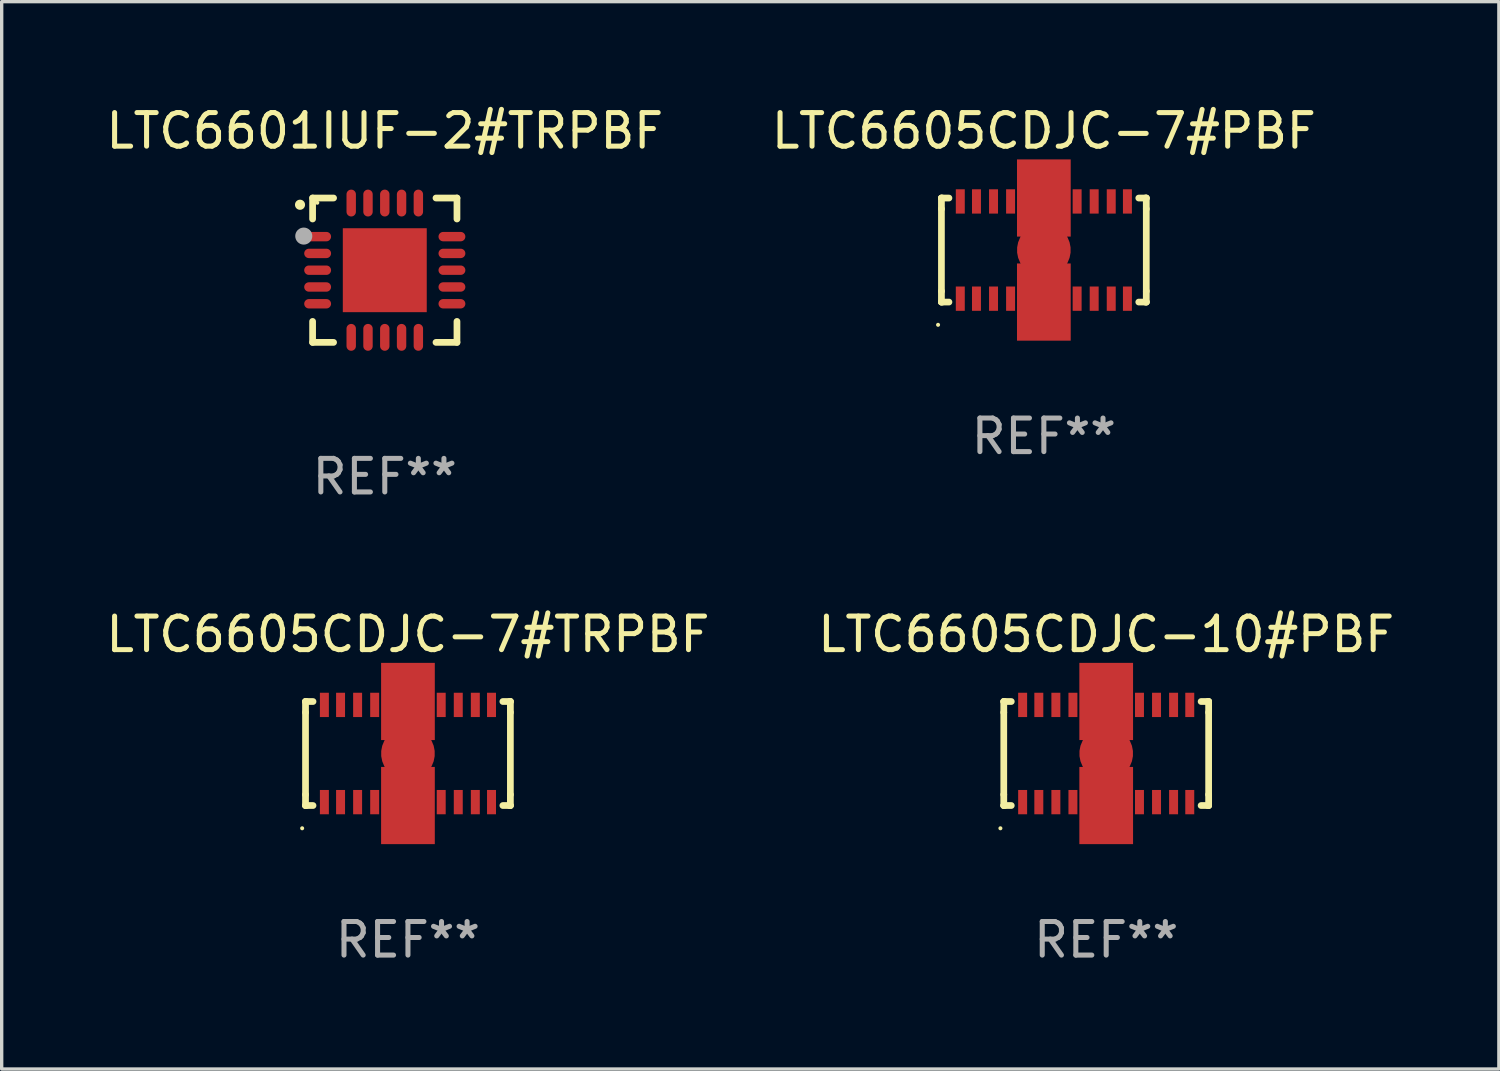
<source format=kicad_pcb>
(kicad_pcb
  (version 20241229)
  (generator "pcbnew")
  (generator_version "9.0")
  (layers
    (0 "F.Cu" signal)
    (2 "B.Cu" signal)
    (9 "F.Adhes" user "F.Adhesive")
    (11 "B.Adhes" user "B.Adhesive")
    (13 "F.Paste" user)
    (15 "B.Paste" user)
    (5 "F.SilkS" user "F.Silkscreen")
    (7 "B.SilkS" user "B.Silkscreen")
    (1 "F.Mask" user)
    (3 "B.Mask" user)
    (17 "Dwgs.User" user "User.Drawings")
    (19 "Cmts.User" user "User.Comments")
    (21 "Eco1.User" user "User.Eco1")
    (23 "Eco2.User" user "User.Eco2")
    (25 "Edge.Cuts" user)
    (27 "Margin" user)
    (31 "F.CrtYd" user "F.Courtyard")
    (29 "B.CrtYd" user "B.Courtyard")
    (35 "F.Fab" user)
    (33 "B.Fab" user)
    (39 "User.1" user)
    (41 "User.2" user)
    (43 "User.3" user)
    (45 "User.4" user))
  (footprint "LTC6605CDJC-7#PBF"
    (layer "F.Cu")
    (at 28.042 4.398)
    (property "Reference" "LTC6605CDJC-7#PBF" (at 0 -3.549 0) (layer "F.SilkS") (effects (font (size 1 1) (thickness 0.15))))
    (attr through_hole)
    (fp_line (start -3.051 -1.549) (end -3.025 -1.549) (stroke (width 0.201) (type solid)) (layer "F.SilkS"))
    (fp_line (start -3.051 -1.224) (end -3.051 -1.549) (stroke (width 0.201) (type solid)) (layer "F.SilkS"))
    (fp_line (start -3.051 1.224) (end -3.051 -1.224) (stroke (width 0.2) (type solid)) (layer "F.SilkS"))
    (fp_line (start -3.051 1.549) (end -3.051 1.224) (stroke (width 0.201) (type solid)) (layer "F.SilkS"))
    (fp_line (start -3.051 1.549) (end -2.827 1.549) (stroke (width 0.2) (type solid)) (layer "F.SilkS"))
    (fp_line (start -3.025 1.549) (end -3.051 1.549) (stroke (width 0.201) (type solid)) (layer "F.SilkS"))
    (fp_line (start -2.827 -1.549) (end -3.051 -1.549) (stroke (width 0.2) (type solid)) (layer "F.SilkS"))
    (fp_line (start 2.827 1.549) (end 3.051 1.549) (stroke (width 0.2) (type solid)) (layer "F.SilkS"))
    (fp_line (start 3.051 -1.549) (end 2.827 -1.549) (stroke (width 0.2) (type solid)) (layer "F.SilkS"))
    (fp_line (start 3.051 -1.549) (end 3.025 -1.549) (stroke (width 0.201) (type solid)) (layer "F.SilkS"))
    (fp_line (start 3.051 -1.224) (end 3.051 -1.549) (stroke (width 0.201) (type solid)) (layer "F.SilkS"))
    (fp_line (start 3.051 -1.224) (end 3.051 1.224) (stroke (width 0.2) (type solid)) (layer "F.SilkS"))
    (fp_line (start 3.051 1.224) (end 3.051 1.549) (stroke (width 0.201) (type solid)) (layer "F.SilkS"))
    (fp_line (start 3.051 1.549) (end 3.025 1.549) (stroke (width 0.201) (type solid)) (layer "F.SilkS"))
    (fp_circle (center -3.151 2.227) (end -3.121 2.227) (stroke (width 0.06) (type solid)) (fill no) (layer "F.SilkS"))
    (fp_text user "REF**" (at 0 5.549 0) (layer "F.Fab") (effects (font (size 1 1) (thickness 0.15))))
    (pad "1" smd rect (at -2.489 1.448 180) (size 0.267 0.724) (layers "F.Cu" "F.Mask" "F.Paste"))
    (pad "2" smd rect (at -2.007 1.448 180) (size 0.267 0.724) (layers "F.Cu" "F.Mask" "F.Paste"))
    (pad "3" smd rect (at -1.499 1.448 180) (size 0.267 0.724) (layers "F.Cu" "F.Mask" "F.Paste"))
    (pad "4" smd rect (at -0.991 1.448 180) (size 0.267 0.724) (layers "F.Cu" "F.Mask" "F.Paste"))
    (pad "5" smd rect (at -0.508 1.448 180) (size 0.267 0.724) (layers "F.Cu" "F.Mask" "F.Paste"))
    (pad "6" smd rect (at 0 1.448 180) (size 0.267 0.724) (layers "F.Cu" "F.Mask" "F.Paste"))
    (pad "7" smd rect (at 0.508 1.448 180) (size 0.267 0.724) (layers "F.Cu" "F.Mask" "F.Paste"))
    (pad "8" smd rect (at 0.991 1.448 180) (size 0.267 0.724) (layers "F.Cu" "F.Mask" "F.Paste"))
    (pad "9" smd rect (at 1.499 1.448 180) (size 0.267 0.724) (layers "F.Cu" "F.Mask" "F.Paste"))
    (pad "10" smd rect (at 2.007 1.448 180) (size 0.267 0.724) (layers "F.Cu" "F.Mask" "F.Paste"))
    (pad "11" smd rect (at 2.489 1.448 180) (size 0.267 0.724) (layers "F.Cu" "F.Mask" "F.Paste"))
    (pad "12" smd rect (at 2.489 -1.448 180) (size 0.267 0.724) (layers "F.Cu" "F.Mask" "F.Paste"))
    (pad "13" smd rect (at 2.007 -1.448 180) (size 0.267 0.724) (layers "F.Cu" "F.Mask" "F.Paste"))
    (pad "14" smd rect (at 1.499 -1.448 180) (size 0.267 0.724) (layers "F.Cu" "F.Mask" "F.Paste"))
    (pad "15" smd rect (at 0.991 -1.448 180) (size 0.267 0.724) (layers "F.Cu" "F.Mask" "F.Paste"))
    (pad "16" smd rect (at 0.508 -1.448 180) (size 0.267 0.724) (layers "F.Cu" "F.Mask" "F.Paste"))
    (pad "17" smd rect (at 0 -1.448 180) (size 0.267 0.724) (layers "F.Cu" "F.Mask" "F.Paste"))
    (pad "18" smd rect (at -0.508 -1.448 180) (size 0.267 0.724) (layers "F.Cu" "F.Mask" "F.Paste"))
    (pad "19" smd rect (at -0.991 -1.448 180) (size 0.267 0.724) (layers "F.Cu" "F.Mask" "F.Paste"))
    (pad "20" smd rect (at -1.499 -1.448 180) (size 0.267 0.724) (layers "F.Cu" "F.Mask" "F.Paste"))
    (pad "21" smd rect (at -2.007 -1.448 180) (size 0.267 0.724) (layers "F.Cu" "F.Mask" "F.Paste"))
    (pad "22" smd rect (at -2.489 -1.448 180) (size 0.267 0.724) (layers "F.Cu" "F.Mask" "F.Paste"))
    (pad "23" smd custom (at 0 0 90) (size 1.6 5.4) (layers "F.Cu" "F.Mask" "F.Paste") (options (anchor circle)) (primitives (gr_poly (pts (xy -2.7 0.8) (xy -2.7 -0.8) (xy -0.4 -0.8) (xy -0.4 -0.5) (xy 0.4 -0.5) (xy 0.4 -0.8) (xy 2.7 -0.8) (xy 2.7 0.8) (xy 0.4 0.8) (xy 0.4 0.5) (xy -0.4 0.5) (xy -0.4 0.8) (xy -2.7 0.8)) (width 0) (fill yes)))))
  (footprint "LTC6605CDJC-7#TRPBF"
    (layer "F.Cu")
    (at 9.101 19.394)
    (property "Reference" "LTC6605CDJC-7#TRPBF" (at 0 -3.549 0) (layer "F.SilkS") (effects (font (size 1 1) (thickness 0.15))))
    (attr through_hole)
    (fp_line (start -3.051 -1.549) (end -3.025 -1.549) (stroke (width 0.201) (type solid)) (layer "F.SilkS"))
    (fp_line (start -3.051 -1.224) (end -3.051 -1.549) (stroke (width 0.201) (type solid)) (layer "F.SilkS"))
    (fp_line (start -3.051 1.224) (end -3.051 -1.224) (stroke (width 0.2) (type solid)) (layer "F.SilkS"))
    (fp_line (start -3.051 1.549) (end -3.051 1.224) (stroke (width 0.201) (type solid)) (layer "F.SilkS"))
    (fp_line (start -3.051 1.549) (end -2.827 1.549) (stroke (width 0.2) (type solid)) (layer "F.SilkS"))
    (fp_line (start -3.025 1.549) (end -3.051 1.549) (stroke (width 0.201) (type solid)) (layer "F.SilkS"))
    (fp_line (start -2.827 -1.549) (end -3.051 -1.549) (stroke (width 0.2) (type solid)) (layer "F.SilkS"))
    (fp_line (start 2.827 1.549) (end 3.051 1.549) (stroke (width 0.2) (type solid)) (layer "F.SilkS"))
    (fp_line (start 3.051 -1.549) (end 2.827 -1.549) (stroke (width 0.2) (type solid)) (layer "F.SilkS"))
    (fp_line (start 3.051 -1.549) (end 3.025 -1.549) (stroke (width 0.201) (type solid)) (layer "F.SilkS"))
    (fp_line (start 3.051 -1.224) (end 3.051 -1.549) (stroke (width 0.201) (type solid)) (layer "F.SilkS"))
    (fp_line (start 3.051 -1.224) (end 3.051 1.224) (stroke (width 0.2) (type solid)) (layer "F.SilkS"))
    (fp_line (start 3.051 1.224) (end 3.051 1.549) (stroke (width 0.201) (type solid)) (layer "F.SilkS"))
    (fp_line (start 3.051 1.549) (end 3.025 1.549) (stroke (width 0.201) (type solid)) (layer "F.SilkS"))
    (fp_circle (center -3.151 2.227) (end -3.121 2.227) (stroke (width 0.06) (type solid)) (fill no) (layer "F.SilkS"))
    (fp_text user "REF**" (at 0 5.549 0) (layer "F.Fab") (effects (font (size 1 1) (thickness 0.15))))
    (pad "1" smd rect (at -2.489 1.448 180) (size 0.267 0.724) (layers "F.Cu" "F.Mask" "F.Paste"))
    (pad "2" smd rect (at -2.007 1.448 180) (size 0.267 0.724) (layers "F.Cu" "F.Mask" "F.Paste"))
    (pad "3" smd rect (at -1.499 1.448 180) (size 0.267 0.724) (layers "F.Cu" "F.Mask" "F.Paste"))
    (pad "4" smd rect (at -0.991 1.448 180) (size 0.267 0.724) (layers "F.Cu" "F.Mask" "F.Paste"))
    (pad "5" smd rect (at -0.508 1.448 180) (size 0.267 0.724) (layers "F.Cu" "F.Mask" "F.Paste"))
    (pad "6" smd rect (at 0 1.448 180) (size 0.267 0.724) (layers "F.Cu" "F.Mask" "F.Paste"))
    (pad "7" smd rect (at 0.508 1.448 180) (size 0.267 0.724) (layers "F.Cu" "F.Mask" "F.Paste"))
    (pad "8" smd rect (at 0.991 1.448 180) (size 0.267 0.724) (layers "F.Cu" "F.Mask" "F.Paste"))
    (pad "9" smd rect (at 1.499 1.448 180) (size 0.267 0.724) (layers "F.Cu" "F.Mask" "F.Paste"))
    (pad "10" smd rect (at 2.007 1.448 180) (size 0.267 0.724) (layers "F.Cu" "F.Mask" "F.Paste"))
    (pad "11" smd rect (at 2.489 1.448 180) (size 0.267 0.724) (layers "F.Cu" "F.Mask" "F.Paste"))
    (pad "12" smd rect (at 2.489 -1.448 180) (size 0.267 0.724) (layers "F.Cu" "F.Mask" "F.Paste"))
    (pad "13" smd rect (at 2.007 -1.448 180) (size 0.267 0.724) (layers "F.Cu" "F.Mask" "F.Paste"))
    (pad "14" smd rect (at 1.499 -1.448 180) (size 0.267 0.724) (layers "F.Cu" "F.Mask" "F.Paste"))
    (pad "15" smd rect (at 0.991 -1.448 180) (size 0.267 0.724) (layers "F.Cu" "F.Mask" "F.Paste"))
    (pad "16" smd rect (at 0.508 -1.448 180) (size 0.267 0.724) (layers "F.Cu" "F.Mask" "F.Paste"))
    (pad "17" smd rect (at 0 -1.448 180) (size 0.267 0.724) (layers "F.Cu" "F.Mask" "F.Paste"))
    (pad "18" smd rect (at -0.508 -1.448 180) (size 0.267 0.724) (layers "F.Cu" "F.Mask" "F.Paste"))
    (pad "19" smd rect (at -0.991 -1.448 180) (size 0.267 0.724) (layers "F.Cu" "F.Mask" "F.Paste"))
    (pad "20" smd rect (at -1.499 -1.448 180) (size 0.267 0.724) (layers "F.Cu" "F.Mask" "F.Paste"))
    (pad "21" smd rect (at -2.007 -1.448 180) (size 0.267 0.724) (layers "F.Cu" "F.Mask" "F.Paste"))
    (pad "22" smd rect (at -2.489 -1.448 180) (size 0.267 0.724) (layers "F.Cu" "F.Mask" "F.Paste"))
    (pad "23" smd custom (at 0 0 90) (size 1.6 5.4) (layers "F.Cu" "F.Mask" "F.Paste") (options (anchor circle)) (primitives (gr_poly (pts (xy -2.7 0.8) (xy -2.7 -0.8) (xy -0.4 -0.8) (xy -0.4 -0.5) (xy 0.4 -0.5) (xy 0.4 -0.8) (xy 2.7 -0.8) (xy 2.7 0.8) (xy 0.4 0.8) (xy 0.4 0.5) (xy -0.4 0.5) (xy -0.4 0.8) (xy -2.7 0.8)) (width 0) (fill yes)))))
  (footprint "LTC6601IUF-2#TRPBF"
    (layer "F.Cu")
    (at 8.411 4.998)
    (property "Reference" "LTC6601IUF-2#TRPBF" (at 0 -4.15 0) (layer "F.SilkS") (effects (font (size 1 1) (thickness 0.15))))
    (attr through_hole)
    (fp_line (start -2.15 -2.15) (end -1.525 -2.15) (stroke (width 0.2) (type solid)) (layer "F.SilkS"))
    (fp_line (start -2.15 -1.525) (end -2.15 -2.15) (stroke (width 0.2) (type solid)) (layer "F.SilkS"))
    (fp_line (start -2.15 1.525) (end -2.15 2.15) (stroke (width 0.2) (type solid)) (layer "F.SilkS"))
    (fp_line (start -2.15 2.15) (end -1.525 2.15) (stroke (width 0.2) (type solid)) (layer "F.SilkS"))
    (fp_line (start 1.525 2.15) (end 2.15 2.15) (stroke (width 0.2) (type solid)) (layer "F.SilkS"))
    (fp_line (start 2.15 -2.15) (end 1.525 -2.15) (stroke (width 0.2) (type solid)) (layer "F.SilkS"))
    (fp_line (start 2.15 -1.525) (end 2.15 -2.15) (stroke (width 0.2) (type solid)) (layer "F.SilkS"))
    (fp_line (start 2.15 2.15) (end 2.15 1.525) (stroke (width 0.2) (type solid)) (layer "F.SilkS"))
    (fp_arc (start -2.524765 -1.948184) (mid -2.52477 -1.949454) (end -2.524765 -1.950724) (stroke (width 0.3) (type solid)) (layer "F.SilkS"))
    (fp_circle (center -2.01 -2.009) (end -1.98 -2.009) (stroke (width 0.06) (type solid)) (fill no) (layer "F.SilkS"))
    (fp_circle (center -2.413 -1.016) (end -2.286 -1.016) (stroke (width 0.254) (type solid)) (fill no) (layer "F.Fab"))
    (fp_text user "REF**" (at 0 6.15 0) (layer "F.Fab") (effects (font (size 1 1) (thickness 0.15))))
    (pad "1" smd oval (at -2 -1 90) (size 0.28 0.8) (layers "F.Cu" "F.Mask" "F.Paste"))
    (pad "2" smd oval (at -2 -0.5 90) (size 0.28 0.8) (layers "F.Cu" "F.Mask" "F.Paste"))
    (pad "3" smd oval (at -2 0.000076 90) (size 0.28 0.8) (layers "F.Cu" "F.Mask" "F.Paste"))
    (pad "4" smd oval (at -2 0.5 90) (size 0.28 0.8) (layers "F.Cu" "F.Mask" "F.Paste"))
    (pad "5" smd oval (at -2 1 90) (size 0.28 0.8) (layers "F.Cu" "F.Mask" "F.Paste"))
    (pad "6" smd oval (at -1 2) (size 0.28 0.8) (layers "F.Cu" "F.Mask" "F.Paste"))
    (pad "7" smd oval (at -0.5 2) (size 0.28 0.8) (layers "F.Cu" "F.Mask" "F.Paste"))
    (pad "8" smd oval (at -0.000076 2) (size 0.28 0.8) (layers "F.Cu" "F.Mask" "F.Paste"))
    (pad "9" smd oval (at 0.5 2) (size 0.28 0.8) (layers "F.Cu" "F.Mask" "F.Paste"))
    (pad "10" smd oval (at 1 2) (size 0.28 0.8) (layers "F.Cu" "F.Mask" "F.Paste"))
    (pad "11" smd oval (at 2 1 90) (size 0.28 0.8) (layers "F.Cu" "F.Mask" "F.Paste"))
    (pad "12" smd oval (at 2 0.5 90) (size 0.28 0.8) (layers "F.Cu" "F.Mask" "F.Paste"))
    (pad "13" smd oval (at 2 0.000076 90) (size 0.28 0.8) (layers "F.Cu" "F.Mask" "F.Paste"))
    (pad "14" smd oval (at 2 -0.5 90) (size 0.28 0.8) (layers "F.Cu" "F.Mask" "F.Paste"))
    (pad "15" smd oval (at 2 -1 90) (size 0.28 0.8) (layers "F.Cu" "F.Mask" "F.Paste"))
    (pad "16" smd oval (at 1 -2) (size 0.28 0.8) (layers "F.Cu" "F.Mask" "F.Paste"))
    (pad "17" smd oval (at 0.5 -2) (size 0.28 0.8) (layers "F.Cu" "F.Mask" "F.Paste"))
    (pad "18" smd oval (at -0.000076 -2) (size 0.28 0.8) (layers "F.Cu" "F.Mask" "F.Paste"))
    (pad "19" smd oval (at -0.5 -2) (size 0.28 0.8) (layers "F.Cu" "F.Mask" "F.Paste"))
    (pad "20" smd oval (at -1 -2) (size 0.28 0.8) (layers "F.Cu" "F.Mask" "F.Paste"))
    (pad "21" smd rect (at -0.000076 0.000076) (size 2.5 2.5) (layers "F.Cu" "F.Mask" "F.Paste")))
  (footprint "LTC6605CDJC-10#PBF"
    (layer "F.Cu")
    (at 29.899 19.394)
    (property "Reference" "LTC6605CDJC-10#PBF" (at 0 -3.549 0) (layer "F.SilkS") (effects (font (size 1 1) (thickness 0.15))))
    (attr through_hole)
    (fp_line (start -3.051 -1.549) (end -3.025 -1.549) (stroke (width 0.201) (type solid)) (layer "F.SilkS"))
    (fp_line (start -3.051 -1.224) (end -3.051 -1.549) (stroke (width 0.201) (type solid)) (layer "F.SilkS"))
    (fp_line (start -3.051 1.224) (end -3.051 -1.224) (stroke (width 0.2) (type solid)) (layer "F.SilkS"))
    (fp_line (start -3.051 1.549) (end -3.051 1.224) (stroke (width 0.201) (type solid)) (layer "F.SilkS"))
    (fp_line (start -3.051 1.549) (end -2.827 1.549) (stroke (width 0.2) (type solid)) (layer "F.SilkS"))
    (fp_line (start -3.025 1.549) (end -3.051 1.549) (stroke (width 0.201) (type solid)) (layer "F.SilkS"))
    (fp_line (start -2.827 -1.549) (end -3.051 -1.549) (stroke (width 0.2) (type solid)) (layer "F.SilkS"))
    (fp_line (start 2.827 1.549) (end 3.051 1.549) (stroke (width 0.2) (type solid)) (layer "F.SilkS"))
    (fp_line (start 3.051 -1.549) (end 2.827 -1.549) (stroke (width 0.2) (type solid)) (layer "F.SilkS"))
    (fp_line (start 3.051 -1.549) (end 3.025 -1.549) (stroke (width 0.201) (type solid)) (layer "F.SilkS"))
    (fp_line (start 3.051 -1.224) (end 3.051 -1.549) (stroke (width 0.201) (type solid)) (layer "F.SilkS"))
    (fp_line (start 3.051 -1.224) (end 3.051 1.224) (stroke (width 0.2) (type solid)) (layer "F.SilkS"))
    (fp_line (start 3.051 1.224) (end 3.051 1.549) (stroke (width 0.201) (type solid)) (layer "F.SilkS"))
    (fp_line (start 3.051 1.549) (end 3.025 1.549) (stroke (width 0.201) (type solid)) (layer "F.SilkS"))
    (fp_circle (center -3.151 2.227) (end -3.121 2.227) (stroke (width 0.06) (type solid)) (fill no) (layer "F.SilkS"))
    (fp_text user "REF**" (at 0 5.549 0) (layer "F.Fab") (effects (font (size 1 1) (thickness 0.15))))
    (pad "1" smd rect (at -2.489 1.448 180) (size 0.267 0.724) (layers "F.Cu" "F.Mask" "F.Paste"))
    (pad "2" smd rect (at -2.007 1.448 180) (size 0.267 0.724) (layers "F.Cu" "F.Mask" "F.Paste"))
    (pad "3" smd rect (at -1.499 1.448 180) (size 0.267 0.724) (layers "F.Cu" "F.Mask" "F.Paste"))
    (pad "4" smd rect (at -0.991 1.448 180) (size 0.267 0.724) (layers "F.Cu" "F.Mask" "F.Paste"))
    (pad "5" smd rect (at -0.508 1.448 180) (size 0.267 0.724) (layers "F.Cu" "F.Mask" "F.Paste"))
    (pad "6" smd rect (at 0 1.448 180) (size 0.267 0.724) (layers "F.Cu" "F.Mask" "F.Paste"))
    (pad "7" smd rect (at 0.508 1.448 180) (size 0.267 0.724) (layers "F.Cu" "F.Mask" "F.Paste"))
    (pad "8" smd rect (at 0.991 1.448 180) (size 0.267 0.724) (layers "F.Cu" "F.Mask" "F.Paste"))
    (pad "9" smd rect (at 1.499 1.448 180) (size 0.267 0.724) (layers "F.Cu" "F.Mask" "F.Paste"))
    (pad "10" smd rect (at 2.007 1.448 180) (size 0.267 0.724) (layers "F.Cu" "F.Mask" "F.Paste"))
    (pad "11" smd rect (at 2.489 1.448 180) (size 0.267 0.724) (layers "F.Cu" "F.Mask" "F.Paste"))
    (pad "12" smd rect (at 2.489 -1.448 180) (size 0.267 0.724) (layers "F.Cu" "F.Mask" "F.Paste"))
    (pad "13" smd rect (at 2.007 -1.448 180) (size 0.267 0.724) (layers "F.Cu" "F.Mask" "F.Paste"))
    (pad "14" smd rect (at 1.499 -1.448 180) (size 0.267 0.724) (layers "F.Cu" "F.Mask" "F.Paste"))
    (pad "15" smd rect (at 0.991 -1.448 180) (size 0.267 0.724) (layers "F.Cu" "F.Mask" "F.Paste"))
    (pad "16" smd rect (at 0.508 -1.448 180) (size 0.267 0.724) (layers "F.Cu" "F.Mask" "F.Paste"))
    (pad "17" smd rect (at 0 -1.448 180) (size 0.267 0.724) (layers "F.Cu" "F.Mask" "F.Paste"))
    (pad "18" smd rect (at -0.508 -1.448 180) (size 0.267 0.724) (layers "F.Cu" "F.Mask" "F.Paste"))
    (pad "19" smd rect (at -0.991 -1.448 180) (size 0.267 0.724) (layers "F.Cu" "F.Mask" "F.Paste"))
    (pad "20" smd rect (at -1.499 -1.448 180) (size 0.267 0.724) (layers "F.Cu" "F.Mask" "F.Paste"))
    (pad "21" smd rect (at -2.007 -1.448 180) (size 0.267 0.724) (layers "F.Cu" "F.Mask" "F.Paste"))
    (pad "22" smd rect (at -2.489 -1.448 180) (size 0.267 0.724) (layers "F.Cu" "F.Mask" "F.Paste"))
    (pad "23" smd custom (at 0 0 90) (size 1.6 5.4) (layers "F.Cu" "F.Mask" "F.Paste") (options (anchor circle)) (primitives (gr_poly (pts (xy -2.7 0.8) (xy -2.7 -0.8) (xy -0.4 -0.8) (xy -0.4 -0.5) (xy 0.4 -0.5) (xy 0.4 -0.8) (xy 2.7 -0.8) (xy 2.7 0.8) (xy 0.4 0.8) (xy 0.4 0.5) (xy -0.4 0.5) (xy -0.4 0.8) (xy -2.7 0.8)) (width 0) (fill yes)))))
  (gr_rect
    (start -3 -3)
    (end 41.595 28.792)
    (stroke (width 0.1) (type default))
    (fill no)
    (layer "Edge.Cuts")))
</source>
